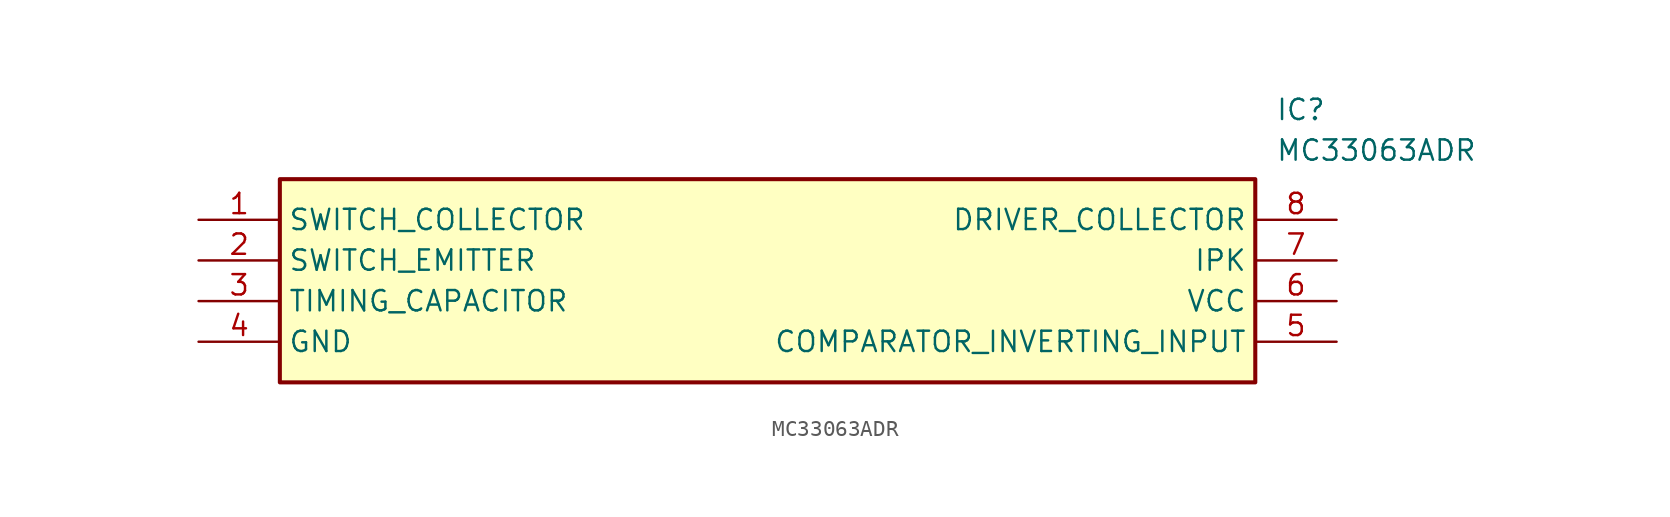
<source format=kicad_sym>
(kicad_symbol_lib
  (version 20211014)
  (generator SamacSys_ECAD_Model)
  (symbol "MC33063ADR"
    (property "Reference" "IC"
      (at 67.31 7.62 0)
      (effects (font (size 1.27 1.27)) (justify left top)))
    (property "Value" "MC33063ADR"
      (at 67.31 5.08 0)
      (effects (font (size 1.27 1.27)) (justify left top)))
    (rectangle
      (start 5.08 2.54)
      (end 66.04 -10.16)
      (stroke (width 0.254) (type default))
      (fill (type background)))
    (pin passive line
      (at 0 0 0)
      (length 5.08)
      (name "SWITCH_COLLECTOR" (effects (font (size 1.27 1.27))))
      (number "1" (effects (font (size 1.27 1.27)))))
    (pin passive line
      (at 0 -2.54 0)
      (length 5.08)
      (name "SWITCH_EMITTER" (effects (font (size 1.27 1.27))))
      (number "2" (effects (font (size 1.27 1.27)))))
    (pin passive line
      (at 0 -5.08 0)
      (length 5.08)
      (name "TIMING_CAPACITOR" (effects (font (size 1.27 1.27))))
      (number "3" (effects (font (size 1.27 1.27)))))
    (pin passive line
      (at 0 -7.62 0)
      (length 5.08)
      (name "GND" (effects (font (size 1.27 1.27))))
      (number "4" (effects (font (size 1.27 1.27)))))
    (pin passive line
      (at 71.12 0 180)
      (length 5.08)
      (name "DRIVER_COLLECTOR" (effects (font (size 1.27 1.27))))
      (number "8" (effects (font (size 1.27 1.27)))))
    (pin passive line
      (at 71.12 -2.54 180)
      (length 5.08)
      (name "IPK" (effects (font (size 1.27 1.27))))
      (number "7" (effects (font (size 1.27 1.27)))))
    (pin passive line
      (at 71.12 -5.08 180)
      (length 5.08)
      (name "VCC" (effects (font (size 1.27 1.27))))
      (number "6" (effects (font (size 1.27 1.27)))))
    (pin passive line
      (at 71.12 -7.62 180)
      (length 5.08)
      (name "COMPARATOR_INVERTING_INPUT" (effects (font (size 1.27 1.27))))
      (number "5" (effects (font (size 1.27 1.27)))))))
</source>
